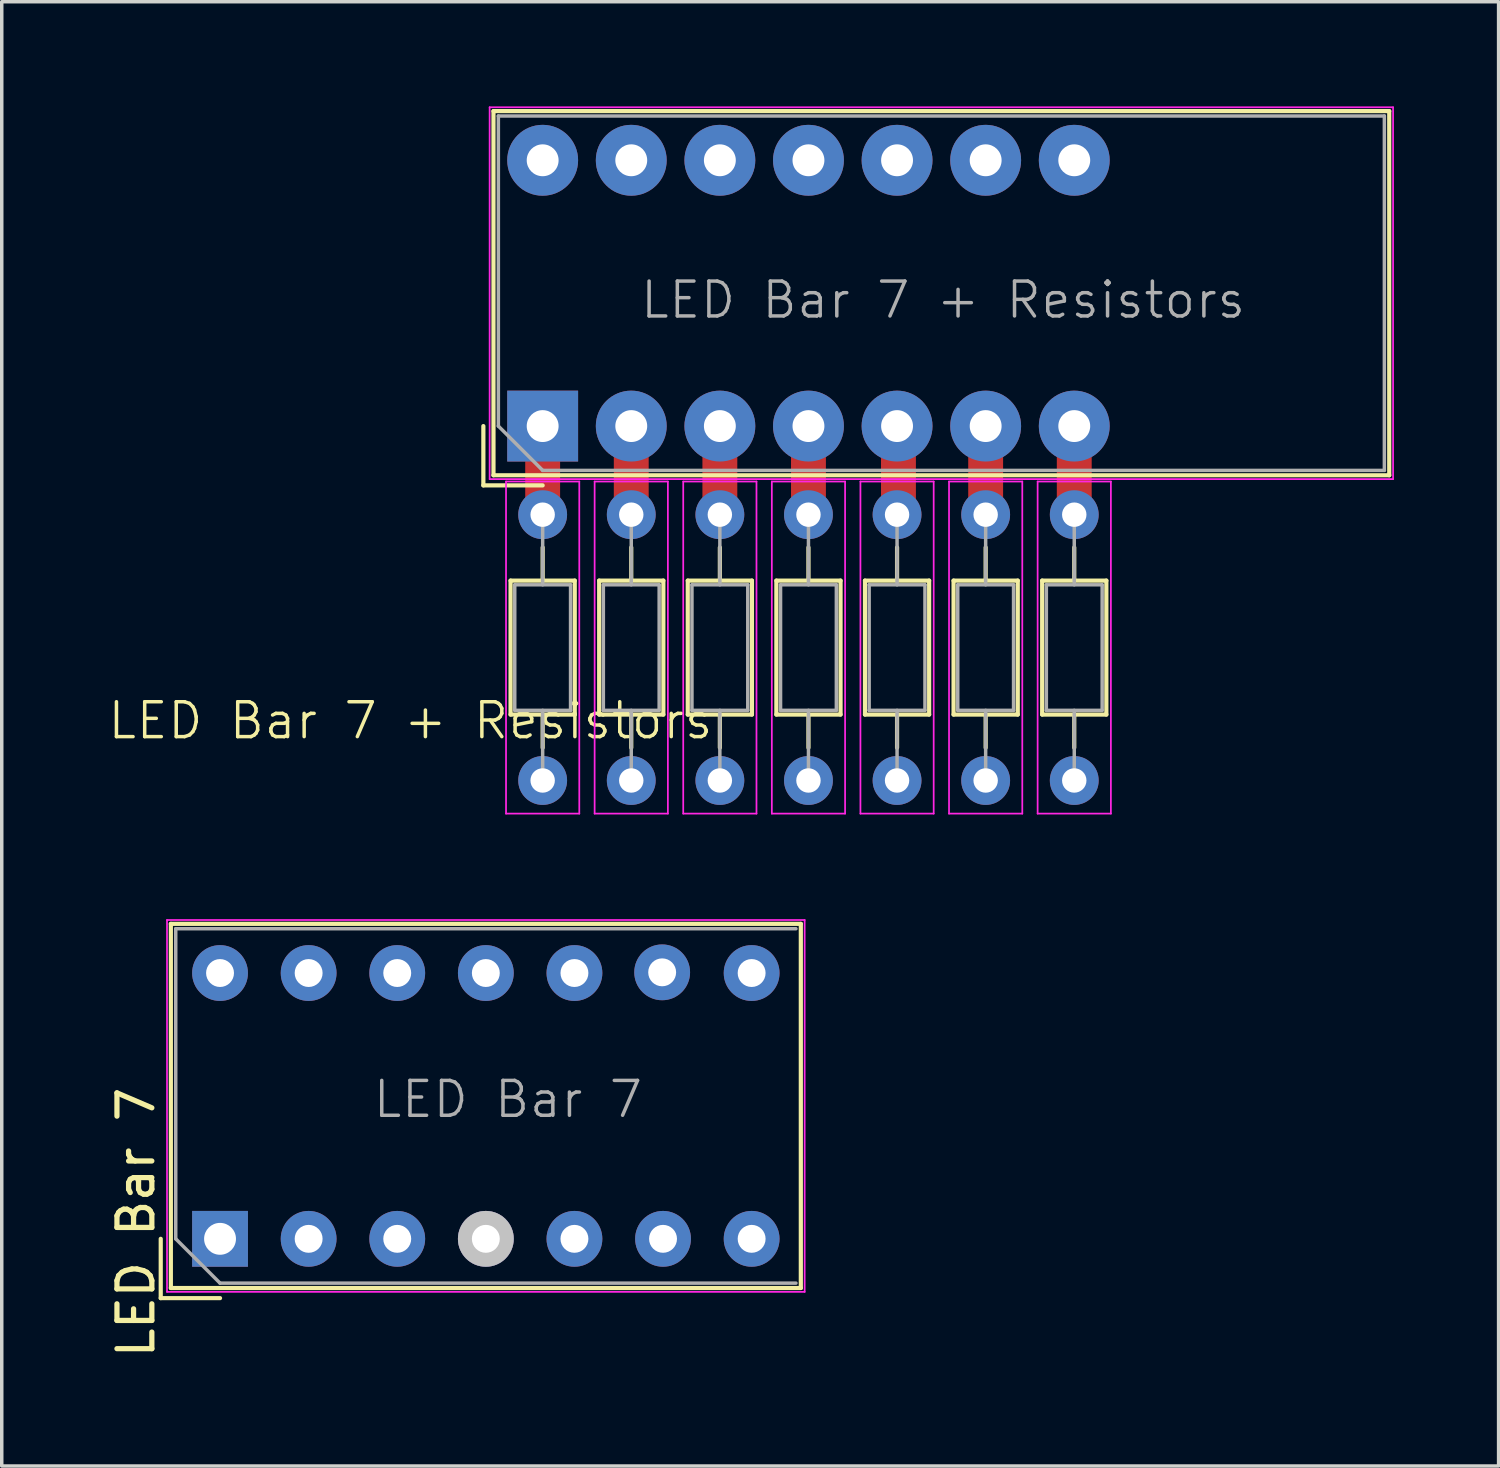
<source format=kicad_pcb>
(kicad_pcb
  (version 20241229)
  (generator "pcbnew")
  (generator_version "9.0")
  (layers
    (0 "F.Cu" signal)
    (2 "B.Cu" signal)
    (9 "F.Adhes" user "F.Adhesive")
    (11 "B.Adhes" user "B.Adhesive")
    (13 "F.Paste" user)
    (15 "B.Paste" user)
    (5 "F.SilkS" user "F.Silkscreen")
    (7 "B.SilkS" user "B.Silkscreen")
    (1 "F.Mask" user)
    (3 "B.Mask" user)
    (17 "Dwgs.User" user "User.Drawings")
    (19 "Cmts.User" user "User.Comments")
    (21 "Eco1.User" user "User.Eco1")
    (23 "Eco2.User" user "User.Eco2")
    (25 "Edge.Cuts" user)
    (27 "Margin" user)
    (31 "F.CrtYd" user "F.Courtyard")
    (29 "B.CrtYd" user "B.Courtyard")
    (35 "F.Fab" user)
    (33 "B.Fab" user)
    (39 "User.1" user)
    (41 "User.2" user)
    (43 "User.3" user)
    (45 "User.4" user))
  (footprint "LED Bar 7"
    (layer "F.Cu")
    (at 3.258 32.465)
    (property "Reference" "LED Bar 7" (at -2.41 -0.47 90) (layer "F.SilkS") (effects (font (size 1 1) (thickness 0.15))))
    (attr through_hole)
    (fp_line (start -1.7 0) (end -1.7 1.7) (stroke (width 0.12) (type solid)) (layer "F.SilkS"))
    (fp_line (start -1.7 1.7) (end 0 1.7) (stroke (width 0.12) (type solid)) (layer "F.SilkS"))
    (fp_line (start -1.41 -9.03) (end 16.65 -9.03) (stroke (width 0.12) (type solid)) (layer "F.SilkS"))
    (fp_line (start -1.41 1.41) (end -1.41 -9.03) (stroke (width 0.12) (type solid)) (layer "F.SilkS"))
    (fp_line (start 16.65 -9.03) (end 16.65 1.41) (stroke (width 0.12) (type solid)) (layer "F.SilkS"))
    (fp_line (start 16.65 1.41) (end -1.41 1.41) (stroke (width 0.12) (type solid)) (layer "F.SilkS"))
    (fp_line (start -1.52 1.52) (end -1.52 -9.14) (stroke (width 0.05) (type solid)) (layer "F.CrtYd"))
    (fp_line (start -1.52 1.52) (end 16.76 1.52) (stroke (width 0.05) (type solid)) (layer "F.CrtYd"))
    (fp_line (start 16.76 -9.14) (end -1.52 -9.14) (stroke (width 0.05) (type solid)) (layer "F.CrtYd"))
    (fp_line (start 16.76 1.52) (end 16.76 -9.14) (stroke (width 0.05) (type solid)) (layer "F.CrtYd"))
    (fp_line (start -1.27 -8.89) (end 16.51 -8.89) (stroke (width 0.1) (type solid)) (layer "F.Fab"))
    (fp_line (start -1.27 0) (end -1.27 -8.89) (stroke (width 0.1) (type solid)) (layer "F.Fab"))
    (fp_line (start -1.27 0) (end 0 1.27) (stroke (width 0.1) (type solid)) (layer "F.Fab"))
    (fp_line (start 0 1.27) (end 16.51 1.27) (stroke (width 0.1) (type solid)) (layer "F.Fab"))
    (fp_text user "${REFERENCE}" (at 8.255 -4 180) (layer "F.Fab") (effects (font (size 1 1) (thickness 0.1))))
    (pad "1" thru_hole rect (at 0 0 90) (size 1.6 1.6) (drill 0.914) (layers "*.Cu" "*.Mask"))
    (pad "2" thru_hole oval (at 2.54 0) (size 1.6 1.6) (drill 0.8) (layers "*.Cu" "*.Mask"))
    (pad "3" thru_hole oval (at 5.08 0) (size 1.6 1.6) (drill 0.8) (layers "*.Cu" "*.Mask"))
    (pad "4" thru_hole oval (at 7.62 0) (size 1.6 1.6) (drill 0.8) (layers "*.Cu" "*.Mask" "Dwgs.User"))
    (pad "5" thru_hole oval (at 10.16 0) (size 1.6 1.6) (drill 0.8) (layers "*.Cu" "*.Mask"))
    (pad "6" thru_hole oval (at 12.7 0) (size 1.6 1.6) (drill 0.8) (layers "*.Cu" "*.Mask"))
    (pad "7" thru_hole oval (at 15.24 0) (size 1.6 1.6) (drill 0.8) (layers "*.Cu" "*.Mask"))
    (pad "14" thru_hole oval (at 15.24 -7.62) (size 1.6 1.6) (drill 0.8) (layers "*.Cu" "*.Mask"))
    (pad "15" thru_hole oval (at 12.675 -7.64) (size 1.6 1.6) (drill 0.8) (layers "*.Cu" "*.Mask"))
    (pad "16" thru_hole oval (at 10.16 -7.62) (size 1.6 1.6) (drill 0.8) (layers "*.Cu" "*.Mask"))
    (pad "17" thru_hole oval (at 7.62 -7.62) (size 1.6 1.6) (drill 0.8) (layers "*.Cu" "*.Mask"))
    (pad "18" thru_hole circle (at 5.08 -7.62) (size 1.6 1.6) (drill 0.8) (layers "*.Cu" "*.Mask"))
    (pad "19" thru_hole circle (at 2.54 -7.62) (size 1.6 1.6) (drill 0.8) (layers "*.Cu" "*.Mask"))
    (pad "20" thru_hole circle (at 0 -7.62) (size 1.6 1.6) (drill 0.8) (layers "*.Cu" "*.Mask")))
  (footprint "LED Bar 7 + Resistors"
    (layer "F.Cu")
    (at 23.937 10.5)
    (property "Reference" "LED Bar 7 + Resistors" (at -15.22 7.11 0) (unlocked yes) (layer "F.SilkS") (effects (font (size 1 1) (thickness 0.1))))
    (attr through_hole)
    (fp_line (start -13.13 -1.335) (end -13.13 0.365) (stroke (width 0.12) (type solid)) (layer "F.SilkS"))
    (fp_line (start -13.13 0.365) (end -11.43 0.365) (stroke (width 0.12) (type solid)) (layer "F.SilkS"))
    (fp_line (start -12.84 -10.365) (end 12.84 -10.365) (stroke (width 0.12) (type solid)) (layer "F.SilkS"))
    (fp_line (start -12.84 0.075) (end -12.84 -10.365) (stroke (width 0.12) (type solid)) (layer "F.SilkS"))
    (fp_line (start -12.35 3.095) (end -12.35 6.935) (stroke (width 0.12) (type solid)) (layer "F.SilkS"))
    (fp_line (start -12.35 6.935) (end -10.51 6.935) (stroke (width 0.12) (type solid)) (layer "F.SilkS"))
    (fp_line (start -11.43 2.145) (end -11.43 3.095) (stroke (width 0.12) (type solid)) (layer "F.SilkS"))
    (fp_line (start -11.43 7.885) (end -11.43 6.935) (stroke (width 0.12) (type solid)) (layer "F.SilkS"))
    (fp_line (start -10.51 3.095) (end -12.35 3.095) (stroke (width 0.12) (type solid)) (layer "F.SilkS"))
    (fp_line (start -10.51 6.935) (end -10.51 3.095) (stroke (width 0.12) (type solid)) (layer "F.SilkS"))
    (fp_line (start -9.81 3.095) (end -9.81 6.935) (stroke (width 0.12) (type solid)) (layer "F.SilkS"))
    (fp_line (start -9.81 6.935) (end -7.97 6.935) (stroke (width 0.12) (type solid)) (layer "F.SilkS"))
    (fp_line (start -8.89 2.145) (end -8.89 3.095) (stroke (width 0.12) (type solid)) (layer "F.SilkS"))
    (fp_line (start -8.89 7.885) (end -8.89 6.935) (stroke (width 0.12) (type solid)) (layer "F.SilkS"))
    (fp_line (start -7.97 3.095) (end -9.81 3.095) (stroke (width 0.12) (type solid)) (layer "F.SilkS"))
    (fp_line (start -7.97 6.935) (end -7.97 3.095) (stroke (width 0.12) (type solid)) (layer "F.SilkS"))
    (fp_line (start -7.27 3.095) (end -7.27 6.935) (stroke (width 0.12) (type solid)) (layer "F.SilkS"))
    (fp_line (start -7.27 6.935) (end -5.43 6.935) (stroke (width 0.12) (type solid)) (layer "F.SilkS"))
    (fp_line (start -6.35 2.145) (end -6.35 3.095) (stroke (width 0.12) (type solid)) (layer "F.SilkS"))
    (fp_line (start -6.35 7.885) (end -6.35 6.935) (stroke (width 0.12) (type solid)) (layer "F.SilkS"))
    (fp_line (start -5.43 3.095) (end -7.27 3.095) (stroke (width 0.12) (type solid)) (layer "F.SilkS"))
    (fp_line (start -5.43 6.935) (end -5.43 3.095) (stroke (width 0.12) (type solid)) (layer "F.SilkS"))
    (fp_line (start -4.73 3.095) (end -4.73 6.935) (stroke (width 0.12) (type solid)) (layer "F.SilkS"))
    (fp_line (start -4.73 6.935) (end -2.89 6.935) (stroke (width 0.12) (type solid)) (layer "F.SilkS"))
    (fp_line (start -3.81 2.145) (end -3.81 3.095) (stroke (width 0.12) (type solid)) (layer "F.SilkS"))
    (fp_line (start -3.81 7.885) (end -3.81 6.935) (stroke (width 0.12) (type solid)) (layer "F.SilkS"))
    (fp_line (start -2.89 3.095) (end -4.73 3.095) (stroke (width 0.12) (type solid)) (layer "F.SilkS"))
    (fp_line (start -2.89 6.935) (end -2.89 3.095) (stroke (width 0.12) (type solid)) (layer "F.SilkS"))
    (fp_line (start -2.19 3.095) (end -2.19 6.935) (stroke (width 0.12) (type solid)) (layer "F.SilkS"))
    (fp_line (start -2.19 6.935) (end -0.35 6.935) (stroke (width 0.12) (type solid)) (layer "F.SilkS"))
    (fp_line (start -1.27 2.145) (end -1.27 3.095) (stroke (width 0.12) (type solid)) (layer "F.SilkS"))
    (fp_line (start -1.27 7.885) (end -1.27 6.935) (stroke (width 0.12) (type solid)) (layer "F.SilkS"))
    (fp_line (start -0.35 3.095) (end -2.19 3.095) (stroke (width 0.12) (type solid)) (layer "F.SilkS"))
    (fp_line (start -0.35 6.935) (end -0.35 3.095) (stroke (width 0.12) (type solid)) (layer "F.SilkS"))
    (fp_line (start 0.35 3.095) (end 0.35 6.935) (stroke (width 0.12) (type solid)) (layer "F.SilkS"))
    (fp_line (start 0.35 6.935) (end 2.19 6.935) (stroke (width 0.12) (type solid)) (layer "F.SilkS"))
    (fp_line (start 1.27 2.145) (end 1.27 3.095) (stroke (width 0.12) (type solid)) (layer "F.SilkS"))
    (fp_line (start 1.27 7.885) (end 1.27 6.935) (stroke (width 0.12) (type solid)) (layer "F.SilkS"))
    (fp_line (start 2.19 3.095) (end 0.35 3.095) (stroke (width 0.12) (type solid)) (layer "F.SilkS"))
    (fp_line (start 2.19 6.935) (end 2.19 3.095) (stroke (width 0.12) (type solid)) (layer "F.SilkS"))
    (fp_line (start 2.89 3.095) (end 2.89 6.935) (stroke (width 0.12) (type solid)) (layer "F.SilkS"))
    (fp_line (start 2.89 6.935) (end 4.73 6.935) (stroke (width 0.12) (type solid)) (layer "F.SilkS"))
    (fp_line (start 3.81 2.145) (end 3.81 3.095) (stroke (width 0.12) (type solid)) (layer "F.SilkS"))
    (fp_line (start 3.81 7.885) (end 3.81 6.935) (stroke (width 0.12) (type solid)) (layer "F.SilkS"))
    (fp_line (start 4.73 3.095) (end 2.89 3.095) (stroke (width 0.12) (type solid)) (layer "F.SilkS"))
    (fp_line (start 4.73 6.935) (end 4.73 3.095) (stroke (width 0.12) (type solid)) (layer "F.SilkS"))
    (fp_line (start 12.84 -10.365) (end 12.84 0.075) (stroke (width 0.12) (type solid)) (layer "F.SilkS"))
    (fp_line (start 12.84 0.075) (end -12.84 0.075) (stroke (width 0.12) (type solid)) (layer "F.SilkS"))
    (fp_line (start -12.95 0.185) (end -12.95 -10.475) (stroke (width 0.05) (type solid)) (layer "F.CrtYd"))
    (fp_line (start -12.95 0.185) (end 12.95 0.185) (stroke (width 0.05) (type solid)) (layer "F.CrtYd"))
    (fp_line (start -12.48 0.255) (end -12.48 9.775) (stroke (width 0.05) (type solid)) (layer "F.CrtYd"))
    (fp_line (start -12.48 9.775) (end -10.38 9.775) (stroke (width 0.05) (type solid)) (layer "F.CrtYd"))
    (fp_line (start -10.38 0.255) (end -12.48 0.255) (stroke (width 0.05) (type solid)) (layer "F.CrtYd"))
    (fp_line (start -10.38 9.775) (end -10.38 0.255) (stroke (width 0.05) (type solid)) (layer "F.CrtYd"))
    (fp_line (start -9.94 0.255) (end -9.94 9.775) (stroke (width 0.05) (type solid)) (layer "F.CrtYd"))
    (fp_line (start -9.94 9.775) (end -7.84 9.775) (stroke (width 0.05) (type solid)) (layer "F.CrtYd"))
    (fp_line (start -7.84 0.255) (end -9.94 0.255) (stroke (width 0.05) (type solid)) (layer "F.CrtYd"))
    (fp_line (start -7.84 9.775) (end -7.84 0.255) (stroke (width 0.05) (type solid)) (layer "F.CrtYd"))
    (fp_line (start -7.4 0.255) (end -7.4 9.775) (stroke (width 0.05) (type solid)) (layer "F.CrtYd"))
    (fp_line (start -7.4 9.775) (end -5.3 9.775) (stroke (width 0.05) (type solid)) (layer "F.CrtYd"))
    (fp_line (start -5.3 0.255) (end -7.4 0.255) (stroke (width 0.05) (type solid)) (layer "F.CrtYd"))
    (fp_line (start -5.3 9.775) (end -5.3 0.255) (stroke (width 0.05) (type solid)) (layer "F.CrtYd"))
    (fp_line (start -4.86 0.255) (end -4.86 9.775) (stroke (width 0.05) (type solid)) (layer "F.CrtYd"))
    (fp_line (start -4.86 9.775) (end -2.76 9.775) (stroke (width 0.05) (type solid)) (layer "F.CrtYd"))
    (fp_line (start -2.76 0.255) (end -4.86 0.255) (stroke (width 0.05) (type solid)) (layer "F.CrtYd"))
    (fp_line (start -2.76 9.775) (end -2.76 0.255) (stroke (width 0.05) (type solid)) (layer "F.CrtYd"))
    (fp_line (start -2.32 0.255) (end -2.32 9.775) (stroke (width 0.05) (type solid)) (layer "F.CrtYd"))
    (fp_line (start -2.32 9.775) (end -0.22 9.775) (stroke (width 0.05) (type solid)) (layer "F.CrtYd"))
    (fp_line (start -0.22 0.255) (end -2.32 0.255) (stroke (width 0.05) (type solid)) (layer "F.CrtYd"))
    (fp_line (start -0.22 9.775) (end -0.22 0.255) (stroke (width 0.05) (type solid)) (layer "F.CrtYd"))
    (fp_line (start 0.22 0.255) (end 0.22 9.775) (stroke (width 0.05) (type solid)) (layer "F.CrtYd"))
    (fp_line (start 0.22 9.775) (end 2.32 9.775) (stroke (width 0.05) (type solid)) (layer "F.CrtYd"))
    (fp_line (start 2.32 0.255) (end 0.22 0.255) (stroke (width 0.05) (type solid)) (layer "F.CrtYd"))
    (fp_line (start 2.32 9.775) (end 2.32 0.255) (stroke (width 0.05) (type solid)) (layer "F.CrtYd"))
    (fp_line (start 2.76 0.255) (end 2.76 9.775) (stroke (width 0.05) (type solid)) (layer "F.CrtYd"))
    (fp_line (start 2.76 9.775) (end 4.86 9.775) (stroke (width 0.05) (type solid)) (layer "F.CrtYd"))
    (fp_line (start 4.86 0.255) (end 2.76 0.255) (stroke (width 0.05) (type solid)) (layer "F.CrtYd"))
    (fp_line (start 4.86 9.775) (end 4.86 0.255) (stroke (width 0.05) (type solid)) (layer "F.CrtYd"))
    (fp_line (start 12.95 -10.475) (end -12.95 -10.475) (stroke (width 0.05) (type solid)) (layer "F.CrtYd"))
    (fp_line (start 12.95 0.185) (end 12.95 -10.475) (stroke (width 0.05) (type solid)) (layer "F.CrtYd"))
    (fp_line (start -12.7 -10.225) (end 12.7 -10.225) (stroke (width 0.1) (type solid)) (layer "F.Fab"))
    (fp_line (start -12.7 -1.335) (end -12.7 -10.225) (stroke (width 0.1) (type solid)) (layer "F.Fab"))
    (fp_line (start -12.7 -1.335) (end -11.43 -0.065) (stroke (width 0.1) (type solid)) (layer "F.Fab"))
    (fp_line (start -12.23 3.215) (end -12.23 6.815) (stroke (width 0.1) (type solid)) (layer "F.Fab"))
    (fp_line (start -12.23 6.815) (end -10.63 6.815) (stroke (width 0.1) (type solid)) (layer "F.Fab"))
    (fp_line (start -11.43 -0.065) (end 12.7 -0.065) (stroke (width 0.1) (type solid)) (layer "F.Fab"))
    (fp_line (start -11.43 1.205) (end -11.43 3.215) (stroke (width 0.1) (type solid)) (layer "F.Fab"))
    (fp_line (start -11.43 8.825) (end -11.43 6.815) (stroke (width 0.1) (type solid)) (layer "F.Fab"))
    (fp_line (start -10.63 3.215) (end -12.23 3.215) (stroke (width 0.1) (type solid)) (layer "F.Fab"))
    (fp_line (start -10.63 6.815) (end -10.63 3.215) (stroke (width 0.1) (type solid)) (layer "F.Fab"))
    (fp_line (start -9.69 3.215) (end -9.69 6.815) (stroke (width 0.1) (type solid)) (layer "F.Fab"))
    (fp_line (start -9.69 6.815) (end -8.09 6.815) (stroke (width 0.1) (type solid)) (layer "F.Fab"))
    (fp_line (start -8.89 1.205) (end -8.89 3.215) (stroke (width 0.1) (type solid)) (layer "F.Fab"))
    (fp_line (start -8.89 8.825) (end -8.89 6.815) (stroke (width 0.1) (type solid)) (layer "F.Fab"))
    (fp_line (start -8.09 3.215) (end -9.69 3.215) (stroke (width 0.1) (type solid)) (layer "F.Fab"))
    (fp_line (start -8.09 6.815) (end -8.09 3.215) (stroke (width 0.1) (type solid)) (layer "F.Fab"))
    (fp_line (start -7.15 3.215) (end -7.15 6.815) (stroke (width 0.1) (type solid)) (layer "F.Fab"))
    (fp_line (start -7.15 6.815) (end -5.55 6.815) (stroke (width 0.1) (type solid)) (layer "F.Fab"))
    (fp_line (start -6.35 1.205) (end -6.35 3.215) (stroke (width 0.1) (type solid)) (layer "F.Fab"))
    (fp_line (start -6.35 8.825) (end -6.35 6.815) (stroke (width 0.1) (type solid)) (layer "F.Fab"))
    (fp_line (start -5.55 3.215) (end -7.15 3.215) (stroke (width 0.1) (type solid)) (layer "F.Fab"))
    (fp_line (start -5.55 6.815) (end -5.55 3.215) (stroke (width 0.1) (type solid)) (layer "F.Fab"))
    (fp_line (start -4.61 3.215) (end -4.61 6.815) (stroke (width 0.1) (type solid)) (layer "F.Fab"))
    (fp_line (start -4.61 6.815) (end -3.01 6.815) (stroke (width 0.1) (type solid)) (layer "F.Fab"))
    (fp_line (start -3.81 1.205) (end -3.81 3.215) (stroke (width 0.1) (type solid)) (layer "F.Fab"))
    (fp_line (start -3.81 8.825) (end -3.81 6.815) (stroke (width 0.1) (type solid)) (layer "F.Fab"))
    (fp_line (start -3.01 3.215) (end -4.61 3.215) (stroke (width 0.1) (type solid)) (layer "F.Fab"))
    (fp_line (start -3.01 6.815) (end -3.01 3.215) (stroke (width 0.1) (type solid)) (layer "F.Fab"))
    (fp_line (start -2.07 3.215) (end -2.07 6.815) (stroke (width 0.1) (type solid)) (layer "F.Fab"))
    (fp_line (start -2.07 6.815) (end -0.47 6.815) (stroke (width 0.1) (type solid)) (layer "F.Fab"))
    (fp_line (start -1.27 1.205) (end -1.27 3.215) (stroke (width 0.1) (type solid)) (layer "F.Fab"))
    (fp_line (start -1.27 8.825) (end -1.27 6.815) (stroke (width 0.1) (type solid)) (layer "F.Fab"))
    (fp_line (start -0.47 3.215) (end -2.07 3.215) (stroke (width 0.1) (type solid)) (layer "F.Fab"))
    (fp_line (start -0.47 6.815) (end -0.47 3.215) (stroke (width 0.1) (type solid)) (layer "F.Fab"))
    (fp_line (start 0.47 3.215) (end 0.47 6.815) (stroke (width 0.1) (type solid)) (layer "F.Fab"))
    (fp_line (start 0.47 6.815) (end 2.07 6.815) (stroke (width 0.1) (type solid)) (layer "F.Fab"))
    (fp_line (start 1.27 1.205) (end 1.27 3.215) (stroke (width 0.1) (type solid)) (layer "F.Fab"))
    (fp_line (start 1.27 8.825) (end 1.27 6.815) (stroke (width 0.1) (type solid)) (layer "F.Fab"))
    (fp_line (start 2.07 3.215) (end 0.47 3.215) (stroke (width 0.1) (type solid)) (layer "F.Fab"))
    (fp_line (start 2.07 6.815) (end 2.07 3.215) (stroke (width 0.1) (type solid)) (layer "F.Fab"))
    (fp_line (start 3.01 3.215) (end 3.01 6.815) (stroke (width 0.1) (type solid)) (layer "F.Fab"))
    (fp_line (start 3.01 6.815) (end 4.61 6.815) (stroke (width 0.1) (type solid)) (layer "F.Fab"))
    (fp_line (start 3.81 1.205) (end 3.81 3.215) (stroke (width 0.1) (type solid)) (layer "F.Fab"))
    (fp_line (start 3.81 8.825) (end 3.81 6.815) (stroke (width 0.1) (type solid)) (layer "F.Fab"))
    (fp_line (start 4.61 3.215) (end 3.01 3.215) (stroke (width 0.1) (type solid)) (layer "F.Fab"))
    (fp_line (start 4.61 6.815) (end 4.61 3.215) (stroke (width 0.1) (type solid)) (layer "F.Fab"))
    (fp_line (start 12.7 -0.065) (end 12.7 -10.225) (stroke (width 0.1) (type solid)) (layer "F.Fab"))
    (fp_text user "${REFERENCE}" (at 0.05 -4.95 180) (layer "F.Fab") (effects (font (size 1 1) (thickness 0.1))))
    (pad "" thru_hole rect (at -11.43 -1.335) (size 2.032 2.032) (drill 0.914) (layers "*.Cu" "*.Mask"))
    (pad "" smd rect (at -11.43 0.01) (size 1 1.6) (layers "F.Cu" "F.Mask" "F.Paste"))
    (pad "" thru_hole circle (at -11.43 1.205 270) (size 1.4 1.4) (drill 0.7) (layers "*.Cu" "*.Mask"))
    (pad "" thru_hole circle (at -8.89 -1.335) (size 2.032 2.032) (drill 0.914) (layers "*.Cu" "*.Mask"))
    (pad "" smd rect (at -8.89 0.01) (size 1 1.6) (layers "F.Cu" "F.Mask" "F.Paste"))
    (pad "" thru_hole circle (at -8.89 1.205 270) (size 1.4 1.4) (drill 0.7) (layers "*.Cu" "*.Mask"))
    (pad "" thru_hole circle (at -6.35 -1.335) (size 2.032 2.032) (drill 0.914) (layers "*.Cu" "*.Mask"))
    (pad "" smd rect (at -6.35 0.01) (size 1 1.6) (layers "F.Cu" "F.Mask" "F.Paste"))
    (pad "" thru_hole circle (at -6.35 1.205 270) (size 1.4 1.4) (drill 0.7) (layers "*.Cu" "*.Mask"))
    (pad "" thru_hole circle (at -3.81 -1.335) (size 2.032 2.032) (drill 0.914) (layers "*.Cu" "*.Mask"))
    (pad "" smd rect (at -3.81 0.01) (size 1 1.6) (layers "F.Cu" "F.Mask" "F.Paste"))
    (pad "" thru_hole circle (at -3.81 1.205 270) (size 1.4 1.4) (drill 0.7) (layers "*.Cu" "*.Mask"))
    (pad "" thru_hole circle (at -1.27 -1.335) (size 2.032 2.032) (drill 0.914) (layers "*.Cu" "*.Mask"))
    (pad "" thru_hole circle (at -1.27 1.205 270) (size 1.4 1.4) (drill 0.7) (layers "*.Cu" "*.Mask"))
    (pad "" smd rect (at -1.23 0.01) (size 1 1.6) (layers "F.Cu" "F.Mask" "F.Paste"))
    (pad "" thru_hole circle (at 1.27 -1.335) (size 2.032 2.032) (drill 0.914) (layers "*.Cu" "*.Mask"))
    (pad "" smd rect (at 1.27 0.01) (size 1 1.6) (layers "F.Cu" "F.Mask" "F.Paste"))
    (pad "" thru_hole circle (at 1.27 1.205 270) (size 1.4 1.4) (drill 0.7) (layers "*.Cu" "*.Mask"))
    (pad "" thru_hole circle (at 3.81 -1.335) (size 2.032 2.032) (drill 0.914) (layers "*.Cu" "*.Mask"))
    (pad "" smd rect (at 3.81 0.01) (size 1 1.6) (layers "F.Cu" "F.Mask" "F.Paste"))
    (pad "" thru_hole circle (at 3.81 1.205 270) (size 1.4 1.4) (drill 0.7) (layers "*.Cu" "*.Mask"))
    (pad "1" thru_hole oval (at -11.43 8.825 270) (size 1.4 1.4) (drill 0.7) (layers "*.Cu" "*.Mask"))
    (pad "2" thru_hole oval (at -8.89 8.825 270) (size 1.4 1.4) (drill 0.7) (layers "*.Cu" "*.Mask"))
    (pad "3" thru_hole oval (at -6.35 8.825 270) (size 1.4 1.4) (drill 0.7) (layers "*.Cu" "*.Mask"))
    (pad "4" thru_hole oval (at -3.81 8.825 270) (size 1.4 1.4) (drill 0.7) (layers "*.Cu" "*.Mask"))
    (pad "5" thru_hole oval (at -1.27 8.825 270) (size 1.4 1.4) (drill 0.7) (layers "*.Cu" "*.Mask"))
    (pad "6" thru_hole oval (at 1.27 8.825 270) (size 1.4 1.4) (drill 0.7) (layers "*.Cu" "*.Mask"))
    (pad "7" thru_hole oval (at 3.81 8.825 270) (size 1.4 1.4) (drill 0.7) (layers "*.Cu" "*.Mask"))
    (pad "14" thru_hole circle (at 3.81 -8.955) (size 2.032 2.032) (drill 0.914) (layers "*.Cu" "*.Mask"))
    (pad "15" thru_hole circle (at 1.27 -8.955) (size 2.032 2.032) (drill 0.914) (layers "*.Cu" "*.Mask"))
    (pad "16" thru_hole circle (at -1.27 -8.955) (size 2.032 2.032) (drill 0.914) (layers "*.Cu" "*.Mask"))
    (pad "17" thru_hole circle (at -3.81 -8.955) (size 2.032 2.032) (drill 0.914) (layers "*.Cu" "*.Mask"))
    (pad "18" thru_hole circle (at -6.35 -8.955) (size 2.032 2.032) (drill 0.914) (layers "*.Cu" "*.Mask"))
    (pad "19" thru_hole circle (at -8.89 -8.955) (size 2.032 2.032) (drill 0.914) (layers "*.Cu" "*.Mask"))
    (pad "20" thru_hole circle (at -11.43 -8.955) (size 2.032 2.032) (drill 0.914) (layers "*.Cu" "*.Mask")))
  (gr_rect
    (start -3 -3)
    (end 39.912 38.977)
    (stroke (width 0.1) (type default))
    (fill no)
    (layer "Edge.Cuts")))
</source>
